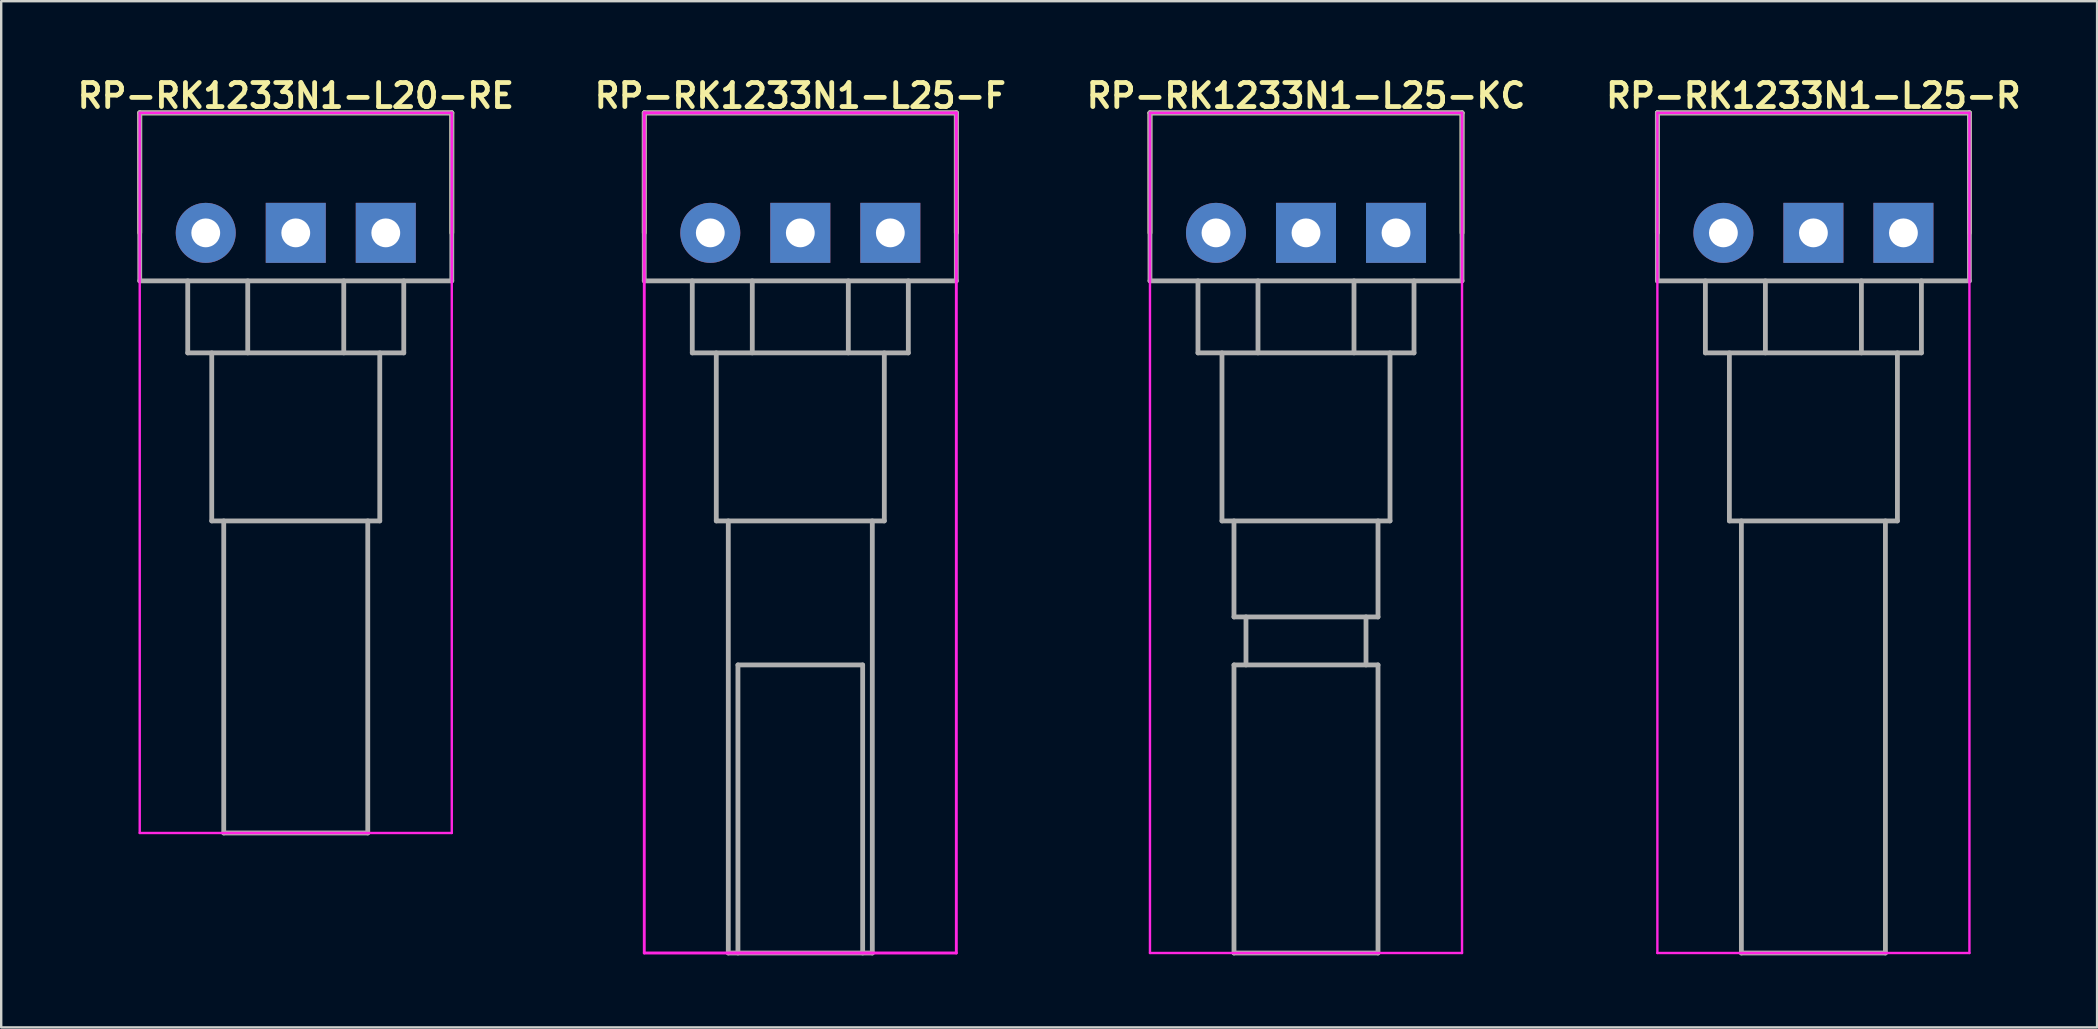
<source format=kicad_pcb>
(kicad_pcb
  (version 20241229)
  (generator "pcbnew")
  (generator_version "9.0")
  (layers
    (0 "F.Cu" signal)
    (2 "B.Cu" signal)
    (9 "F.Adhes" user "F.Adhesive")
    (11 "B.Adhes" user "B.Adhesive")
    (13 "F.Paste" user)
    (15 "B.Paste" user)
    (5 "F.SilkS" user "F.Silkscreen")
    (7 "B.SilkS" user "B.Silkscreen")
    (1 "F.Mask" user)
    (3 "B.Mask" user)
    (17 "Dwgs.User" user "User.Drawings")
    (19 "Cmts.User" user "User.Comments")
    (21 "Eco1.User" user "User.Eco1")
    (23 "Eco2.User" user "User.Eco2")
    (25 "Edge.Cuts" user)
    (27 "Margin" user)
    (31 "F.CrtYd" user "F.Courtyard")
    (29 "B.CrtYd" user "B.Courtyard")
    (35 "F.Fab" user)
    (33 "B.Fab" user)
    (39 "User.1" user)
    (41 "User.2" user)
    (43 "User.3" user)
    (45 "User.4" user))
  (footprint "RP-RK1233N1-L25-R"
    (layer "F.Cu")
    (at 72.495 6.651)
    (property "Reference" "RP-RK1233N1-L25-R" (at 0 -5.715 0) (layer "F.SilkS") (effects (font (size 1 1) (thickness 0.2))))
    (attr through_hole)
    (fp_line (start -6.5 -5) (end -6.5 0) (stroke (width 0.2) (type solid)) (layer "F.SilkS"))
    (fp_line (start -6.5 -5) (end 6.5 -5) (stroke (width 0.2) (type solid)) (layer "F.SilkS"))
    (fp_line (start 6.5 -5) (end 6.5 0) (stroke (width 0.2) (type solid)) (layer "F.SilkS"))
    (fp_line (start -6.5 -5) (end -6.5 30) (stroke (width 0.1) (type solid)) (layer "F.CrtYd"))
    (fp_line (start -6.5 -5) (end 6.5 -5) (stroke (width 0.1) (type solid)) (layer "F.CrtYd"))
    (fp_line (start -6.5 30) (end 6.5 30) (stroke (width 0.1) (type solid)) (layer "F.CrtYd"))
    (fp_line (start 6.5 -5) (end 6.5 30) (stroke (width 0.1) (type solid)) (layer "F.CrtYd"))
    (fp_line (start -6.5 -5) (end -6.5 2) (stroke (width 0.2) (type solid)) (layer "F.Fab"))
    (fp_line (start -6.5 -5) (end 6.5 -5) (stroke (width 0.2) (type solid)) (layer "F.Fab"))
    (fp_line (start -6.5 2) (end 6.5 2) (stroke (width 0.2) (type solid)) (layer "F.Fab"))
    (fp_line (start -4.5 2) (end -4.5 5) (stroke (width 0.2) (type solid)) (layer "F.Fab"))
    (fp_line (start -4.5 5) (end 4.5 5) (stroke (width 0.2) (type solid)) (layer "F.Fab"))
    (fp_line (start -3.5 5) (end -3.5 12) (stroke (width 0.2) (type solid)) (layer "F.Fab"))
    (fp_line (start -3.5 12) (end 3.5 12) (stroke (width 0.2) (type solid)) (layer "F.Fab"))
    (fp_line (start -3 12) (end -3 30) (stroke (width 0.2) (type solid)) (layer "F.Fab"))
    (fp_line (start -3 30) (end 3 30) (stroke (width 0.2) (type solid)) (layer "F.Fab"))
    (fp_line (start -2 2) (end -2 5) (stroke (width 0.2) (type solid)) (layer "F.Fab"))
    (fp_line (start 2 2) (end 2 5) (stroke (width 0.2) (type solid)) (layer "F.Fab"))
    (fp_line (start 3 12) (end 3 30) (stroke (width 0.2) (type solid)) (layer "F.Fab"))
    (fp_line (start 3.5 5) (end 3.5 12) (stroke (width 0.2) (type solid)) (layer "F.Fab"))
    (fp_line (start 4.5 2) (end 4.5 5) (stroke (width 0.2) (type solid)) (layer "F.Fab"))
    (fp_line (start 6.5 -5) (end 6.5 2) (stroke (width 0.2) (type solid)) (layer "F.Fab"))
    (pad "1" thru_hole circle (at -3.75 0) (size 2.5 2.5) (drill 1.2) (layers "B.Cu" "B.Mask"))
    (pad "2" thru_hole rect (at 0 0) (size 2.5 2.5) (drill 1.2) (layers "B.Cu" "B.Mask"))
    (pad "3" thru_hole rect (at 3.75 0) (size 2.5 2.5) (drill 1.2) (layers "B.Cu" "B.Mask")))
  (footprint "RP-RK1233N1-L20-RE"
    (layer "F.Cu")
    (at 9.271 6.651)
    (property "Reference" "RP-RK1233N1-L20-RE" (at 0 -5.715 0) (layer "F.SilkS") (effects (font (size 1 1) (thickness 0.2))))
    (attr through_hole)
    (fp_line (start -6.5 -5) (end -6.5 0) (stroke (width 0.2) (type solid)) (layer "F.SilkS"))
    (fp_line (start -6.5 -5) (end 6.5 -5) (stroke (width 0.2) (type solid)) (layer "F.SilkS"))
    (fp_line (start 6.5 -5) (end 6.5 0) (stroke (width 0.2) (type solid)) (layer "F.SilkS"))
    (fp_line (start -6.5 -5) (end -6.5 25) (stroke (width 0.1) (type solid)) (layer "F.CrtYd"))
    (fp_line (start -6.5 -5) (end 6.5 -5) (stroke (width 0.1) (type solid)) (layer "F.CrtYd"))
    (fp_line (start -6.5 25) (end 6.5 25) (stroke (width 0.1) (type solid)) (layer "F.CrtYd"))
    (fp_line (start 6.5 -5) (end 6.5 25) (stroke (width 0.1) (type solid)) (layer "F.CrtYd"))
    (fp_line (start -6.5 -5) (end -6.5 2) (stroke (width 0.2) (type solid)) (layer "F.Fab"))
    (fp_line (start -6.5 -5) (end 6.5 -5) (stroke (width 0.2) (type solid)) (layer "F.Fab"))
    (fp_line (start -6.5 2) (end 6.5 2) (stroke (width 0.2) (type solid)) (layer "F.Fab"))
    (fp_line (start -4.5 2) (end -4.5 5) (stroke (width 0.2) (type solid)) (layer "F.Fab"))
    (fp_line (start -4.5 5) (end 4.5 5) (stroke (width 0.2) (type solid)) (layer "F.Fab"))
    (fp_line (start -3.5 5) (end -3.5 12) (stroke (width 0.2) (type solid)) (layer "F.Fab"))
    (fp_line (start -3.5 12) (end 3.5 12) (stroke (width 0.2) (type solid)) (layer "F.Fab"))
    (fp_line (start -3 12) (end -3 25) (stroke (width 0.2) (type solid)) (layer "F.Fab"))
    (fp_line (start -3 25) (end 3 25) (stroke (width 0.2) (type solid)) (layer "F.Fab"))
    (fp_line (start -2 2) (end -2 5) (stroke (width 0.2) (type solid)) (layer "F.Fab"))
    (fp_line (start 2 2) (end 2 5) (stroke (width 0.2) (type solid)) (layer "F.Fab"))
    (fp_line (start 3 12) (end 3 25) (stroke (width 0.2) (type solid)) (layer "F.Fab"))
    (fp_line (start 3.5 5) (end 3.5 12) (stroke (width 0.2) (type solid)) (layer "F.Fab"))
    (fp_line (start 4.5 2) (end 4.5 5) (stroke (width 0.2) (type solid)) (layer "F.Fab"))
    (fp_line (start 6.5 -5) (end 6.5 2) (stroke (width 0.2) (type solid)) (layer "F.Fab"))
    (pad "1" thru_hole circle (at -3.75 0) (size 2.5 2.5) (drill 1.2) (layers "B.Cu" "B.Mask"))
    (pad "2" thru_hole rect (at 0 0) (size 2.5 2.5) (drill 1.2) (layers "B.Cu" "B.Mask"))
    (pad "3" thru_hole rect (at 3.75 0) (size 2.5 2.5) (drill 1.2) (layers "B.Cu" "B.Mask")))
  (footprint "RP-RK1233N1-L25-KC"
    (layer "F.Cu")
    (at 51.357 6.651)
    (property "Reference" "RP-RK1233N1-L25-KC" (at 0 -5.715 0) (layer "F.SilkS") (effects (font (size 1 1) (thickness 0.2))))
    (attr through_hole)
    (fp_line (start -6.5 -5) (end -6.5 0) (stroke (width 0.2) (type solid)) (layer "F.SilkS"))
    (fp_line (start -6.5 -5) (end 6.5 -5) (stroke (width 0.2) (type solid)) (layer "F.SilkS"))
    (fp_line (start 6.5 -5) (end 6.5 0) (stroke (width 0.2) (type solid)) (layer "F.SilkS"))
    (fp_line (start -6.5 -5) (end -6.5 30) (stroke (width 0.1) (type solid)) (layer "F.CrtYd"))
    (fp_line (start -6.5 -5) (end 6.5 -5) (stroke (width 0.1) (type solid)) (layer "F.CrtYd"))
    (fp_line (start -6.5 30) (end 6.5 30) (stroke (width 0.1) (type solid)) (layer "F.CrtYd"))
    (fp_line (start 6.5 -5) (end 6.5 30) (stroke (width 0.1) (type solid)) (layer "F.CrtYd"))
    (fp_line (start -6.5 -5) (end -6.5 2) (stroke (width 0.2) (type solid)) (layer "F.Fab"))
    (fp_line (start -6.5 -5) (end 6.5 -5) (stroke (width 0.2) (type solid)) (layer "F.Fab"))
    (fp_line (start -6.5 2) (end 6.5 2) (stroke (width 0.2) (type solid)) (layer "F.Fab"))
    (fp_line (start -4.5 2) (end -4.5 5) (stroke (width 0.2) (type solid)) (layer "F.Fab"))
    (fp_line (start -4.5 5) (end 4.5 5) (stroke (width 0.2) (type solid)) (layer "F.Fab"))
    (fp_line (start -3.5 5) (end -3.5 12) (stroke (width 0.2) (type solid)) (layer "F.Fab"))
    (fp_line (start -3.5 12) (end 3.5 12) (stroke (width 0.2) (type solid)) (layer "F.Fab"))
    (fp_line (start -3 12) (end -3 16) (stroke (width 0.2) (type solid)) (layer "F.Fab"))
    (fp_line (start -3 16) (end 3 16) (stroke (width 0.2) (type solid)) (layer "F.Fab"))
    (fp_line (start -3 18) (end -3 30) (stroke (width 0.2) (type solid)) (layer "F.Fab"))
    (fp_line (start -3 18) (end 3 18) (stroke (width 0.2) (type solid)) (layer "F.Fab"))
    (fp_line (start -3 30) (end 3 30) (stroke (width 0.2) (type solid)) (layer "F.Fab"))
    (fp_line (start -2.5 16) (end -2.5 18) (stroke (width 0.2) (type solid)) (layer "F.Fab"))
    (fp_line (start -2 2) (end -2 5) (stroke (width 0.2) (type solid)) (layer "F.Fab"))
    (fp_line (start 2 2) (end 2 5) (stroke (width 0.2) (type solid)) (layer "F.Fab"))
    (fp_line (start 2.5 16) (end 2.5 18) (stroke (width 0.2) (type solid)) (layer "F.Fab"))
    (fp_line (start 3 12) (end 3 16) (stroke (width 0.2) (type solid)) (layer "F.Fab"))
    (fp_line (start 3 18) (end 3 30) (stroke (width 0.2) (type solid)) (layer "F.Fab"))
    (fp_line (start 3.5 5) (end 3.5 12) (stroke (width 0.2) (type solid)) (layer "F.Fab"))
    (fp_line (start 4.5 2) (end 4.5 5) (stroke (width 0.2) (type solid)) (layer "F.Fab"))
    (fp_line (start 6.5 -5) (end 6.5 2) (stroke (width 0.2) (type solid)) (layer "F.Fab"))
    (pad "1" thru_hole circle (at -3.75 0) (size 2.5 2.5) (drill 1.2) (layers "B.Cu" "B.Mask"))
    (pad "2" thru_hole rect (at 0 0) (size 2.5 2.5) (drill 1.2) (layers "B.Cu" "B.Mask"))
    (pad "3" thru_hole rect (at 3.75 0) (size 2.5 2.5) (drill 1.2) (layers "B.Cu" "B.Mask")))
  (footprint "RP-RK1233N1-L25-F"
    (layer "F.Cu")
    (at 30.29 6.651)
    (property "Reference" "RP-RK1233N1-L25-F" (at 0 -5.715 0) (layer "F.SilkS") (effects (font (size 1 1) (thickness 0.2))))
    (attr through_hole)
    (fp_line (start -6.5 -5) (end -6.5 0) (stroke (width 0.2) (type solid)) (layer "F.SilkS"))
    (fp_line (start -6.5 -5) (end 6.5 -5) (stroke (width 0.2) (type solid)) (layer "F.SilkS"))
    (fp_line (start 6.5 -5) (end 6.5 0) (stroke (width 0.2) (type solid)) (layer "F.SilkS"))
    (fp_line (start -6.5 -5) (end -6.5 30) (stroke (width 0.12) (type solid)) (layer "F.CrtYd"))
    (fp_line (start -6.5 -5) (end 6.5 -5) (stroke (width 0.12) (type solid)) (layer "F.CrtYd"))
    (fp_line (start -6.5 30) (end 6.5 30) (stroke (width 0.12) (type solid)) (layer "F.CrtYd"))
    (fp_line (start 6.5 -5) (end 6.5 30) (stroke (width 0.12) (type solid)) (layer "F.CrtYd"))
    (fp_line (start -6.5 -5) (end -6.5 2) (stroke (width 0.2) (type solid)) (layer "F.Fab"))
    (fp_line (start -6.5 -5) (end 6.5 -5) (stroke (width 0.2) (type solid)) (layer "F.Fab"))
    (fp_line (start -6.5 2) (end 6.5 2) (stroke (width 0.2) (type solid)) (layer "F.Fab"))
    (fp_line (start -4.5 2) (end -4.5 5) (stroke (width 0.2) (type solid)) (layer "F.Fab"))
    (fp_line (start -4.5 5) (end 4.5 5) (stroke (width 0.2) (type solid)) (layer "F.Fab"))
    (fp_line (start -3.5 5) (end -3.5 12) (stroke (width 0.2) (type solid)) (layer "F.Fab"))
    (fp_line (start -3.5 12) (end 3.5 12) (stroke (width 0.2) (type solid)) (layer "F.Fab"))
    (fp_line (start -3 12) (end -3 30) (stroke (width 0.2) (type solid)) (layer "F.Fab"))
    (fp_line (start -3 30) (end 3 30) (stroke (width 0.2) (type solid)) (layer "F.Fab"))
    (fp_line (start -2.598 18) (end -2.598 30) (stroke (width 0.2) (type solid)) (layer "F.Fab"))
    (fp_line (start -2.598 18) (end 2.598 18) (stroke (width 0.2) (type solid)) (layer "F.Fab"))
    (fp_line (start -2 2) (end -2 5) (stroke (width 0.2) (type solid)) (layer "F.Fab"))
    (fp_line (start 2 2) (end 2 5) (stroke (width 0.2) (type solid)) (layer "F.Fab"))
    (fp_line (start 2.598 18) (end 2.598 30) (stroke (width 0.2) (type solid)) (layer "F.Fab"))
    (fp_line (start 3 12) (end 3 30) (stroke (width 0.2) (type solid)) (layer "F.Fab"))
    (fp_line (start 3.5 5) (end 3.5 12) (stroke (width 0.2) (type solid)) (layer "F.Fab"))
    (fp_line (start 4.5 2) (end 4.5 5) (stroke (width 0.2) (type solid)) (layer "F.Fab"))
    (fp_line (start 6.5 -5) (end 6.5 2) (stroke (width 0.2) (type solid)) (layer "F.Fab"))
    (pad "1" thru_hole circle (at -3.75 0) (size 2.5 2.5) (drill 1.2) (layers "B.Cu" "B.Mask"))
    (pad "2" thru_hole rect (at 0 0) (size 2.5 2.5) (drill 1.2) (layers "B.Cu" "B.Mask"))
    (pad "3" thru_hole rect (at 3.75 0) (size 2.5 2.5) (drill 1.2) (layers "B.Cu" "B.Mask")))
  (gr_rect
    (start -3 -3)
    (end 84.314 39.751)
    (stroke (width 0.1) (type default))
    (fill no)
    (layer "Edge.Cuts")))
</source>
